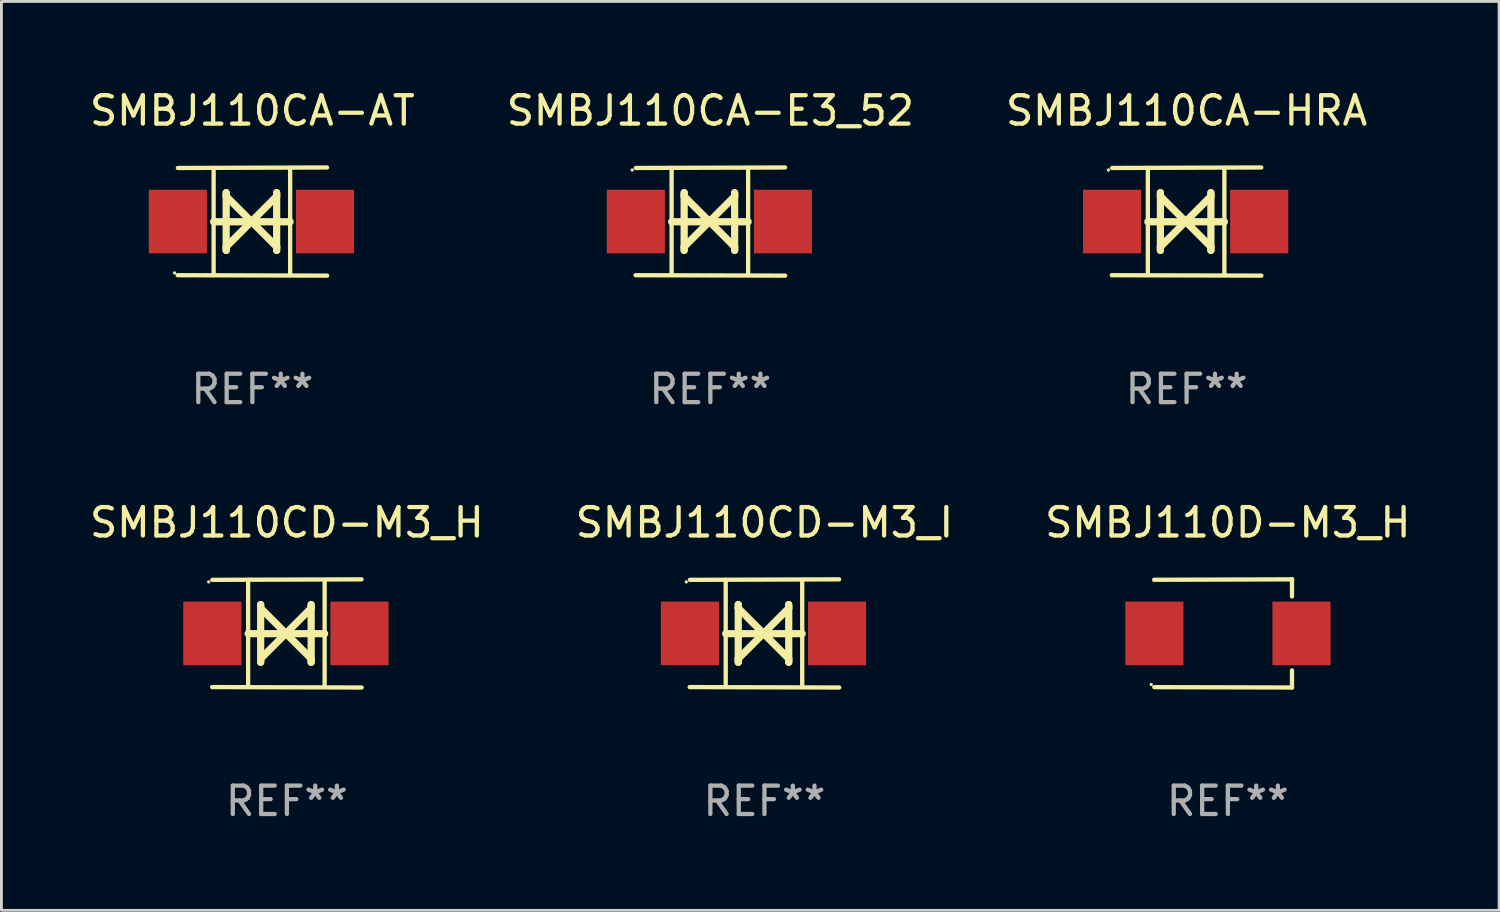
<source format=kicad_pcb>
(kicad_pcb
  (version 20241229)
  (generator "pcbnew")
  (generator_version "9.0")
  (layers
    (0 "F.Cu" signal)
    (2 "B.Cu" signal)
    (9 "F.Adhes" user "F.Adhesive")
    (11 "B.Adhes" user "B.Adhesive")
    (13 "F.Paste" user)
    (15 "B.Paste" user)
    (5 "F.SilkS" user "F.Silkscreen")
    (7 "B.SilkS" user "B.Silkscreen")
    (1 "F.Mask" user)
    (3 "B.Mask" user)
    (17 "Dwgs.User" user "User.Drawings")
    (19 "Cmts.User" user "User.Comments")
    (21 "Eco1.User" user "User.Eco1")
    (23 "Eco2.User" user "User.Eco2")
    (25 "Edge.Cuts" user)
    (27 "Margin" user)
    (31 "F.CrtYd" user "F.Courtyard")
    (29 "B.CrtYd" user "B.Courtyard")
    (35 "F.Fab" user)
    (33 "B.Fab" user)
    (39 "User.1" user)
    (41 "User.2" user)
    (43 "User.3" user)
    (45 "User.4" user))
  (footprint "SMBJ110CD-M3_I"
    (layer "F.Cu")
    (at 23.875 19.26)
    (property "Reference" "SMBJ110CD-M3_I" (at 0 -3.905 0) (layer "F.SilkS") (effects (font (size 1 1) (thickness 0.15))))
    (attr through_hole)
    (fp_line (start -1.365 1.886) (end -1.365 -1.886) (stroke (width 0.152) (type solid)) (layer "F.SilkS"))
    (fp_line (start -1.365 0.008) (end 1.33 0.008) (stroke (width 0.254) (type solid)) (layer "F.SilkS"))
    (fp_line (start -0.923 -1.016) (end -0.923 1.016) (stroke (width 0.254) (type solid)) (layer "F.SilkS"))
    (fp_line (start -0.923 -0.889) (end -0.923 -1.016) (stroke (width 0.254) (type solid)) (layer "F.SilkS"))
    (fp_line (start -0.923 0.889) (end -0.034 0) (stroke (width 0.254) (type solid)) (layer "F.SilkS"))
    (fp_line (start -0.923 1.016) (end -0.923 0.889) (stroke (width 0.254) (type solid)) (layer "F.SilkS"))
    (fp_line (start -0.034 0) (end -0.923 -0.889) (stroke (width 0.254) (type solid)) (layer "F.SilkS"))
    (fp_line (start -0.034 0) (end 0.855 0.889) (stroke (width 0.254) (type solid)) (layer "F.SilkS"))
    (fp_line (start 0.855 -1.016) (end 0.855 -0.889) (stroke (width 0.254) (type solid)) (layer "F.SilkS"))
    (fp_line (start 0.855 -0.889) (end -0.034 0) (stroke (width 0.254) (type solid)) (layer "F.SilkS"))
    (fp_line (start 0.855 0.889) (end 0.855 1.016) (stroke (width 0.254) (type solid)) (layer "F.SilkS"))
    (fp_line (start 0.855 1.016) (end 0.855 -1.016) (stroke (width 0.254) (type solid)) (layer "F.SilkS"))
    (fp_line (start 1.33 1.886) (end 1.33 -1.886) (stroke (width 0.152) (type solid)) (layer "F.SilkS"))
    (fp_line (start 2.629 -1.905) (end -2.625 -1.887) (stroke (width 0.152) (type solid)) (layer "F.SilkS"))
    (fp_line (start 2.633 1.905) (end -2.633 1.89) (stroke (width 0.152) (type solid)) (layer "F.SilkS"))
    (fp_circle (center -2.753 -1.816) (end -2.723 -1.816) (stroke (width 0.06) (type solid)) (fill no) (layer "F.SilkS"))
    (fp_text user "REF**" (at 0 5.905 0) (layer "F.Fab") (effects (font (size 1 1) (thickness 0.15))))
    (pad "1" smd rect (at -2.625 0) (size 2.047 2.241) (layers "F.Cu" "F.Mask" "F.Paste"))
    (pad "2" smd rect (at 2.557 0) (size 2.047 2.241) (layers "F.Cu" "F.Mask" "F.Paste")))
  (footprint "SMBJ110CA-AT"
    (layer "F.Cu")
    (at 5.839 4.753)
    (property "Reference" "SMBJ110CA-AT" (at 0 -3.905 0) (layer "F.SilkS") (effects (font (size 1 1) (thickness 0.15))))
    (attr through_hole)
    (fp_line (start -1.365 1.886) (end -1.365 -1.886) (stroke (width 0.152) (type solid)) (layer "F.SilkS"))
    (fp_line (start -1.365 0.008) (end 1.33 0.008) (stroke (width 0.254) (type solid)) (layer "F.SilkS"))
    (fp_line (start -0.923 -1.016) (end -0.923 1.016) (stroke (width 0.254) (type solid)) (layer "F.SilkS"))
    (fp_line (start -0.923 -0.889) (end -0.923 -1.016) (stroke (width 0.254) (type solid)) (layer "F.SilkS"))
    (fp_line (start -0.923 0.889) (end -0.034 0) (stroke (width 0.254) (type solid)) (layer "F.SilkS"))
    (fp_line (start -0.923 1.016) (end -0.923 0.889) (stroke (width 0.254) (type solid)) (layer "F.SilkS"))
    (fp_line (start -0.034 0) (end -0.923 -0.889) (stroke (width 0.254) (type solid)) (layer "F.SilkS"))
    (fp_line (start -0.034 0) (end 0.855 0.889) (stroke (width 0.254) (type solid)) (layer "F.SilkS"))
    (fp_line (start 0.855 -1.016) (end 0.855 -0.889) (stroke (width 0.254) (type solid)) (layer "F.SilkS"))
    (fp_line (start 0.855 -0.889) (end -0.034 0) (stroke (width 0.254) (type solid)) (layer "F.SilkS"))
    (fp_line (start 0.855 0.889) (end 0.855 1.016) (stroke (width 0.254) (type solid)) (layer "F.SilkS"))
    (fp_line (start 0.855 1.016) (end 0.855 -1.016) (stroke (width 0.254) (type solid)) (layer "F.SilkS"))
    (fp_line (start 1.33 1.886) (end 1.33 -1.886) (stroke (width 0.152) (type solid)) (layer "F.SilkS"))
    (fp_line (start 2.629 -1.905) (end -2.625 -1.887) (stroke (width 0.152) (type solid)) (layer "F.SilkS"))
    (fp_line (start 2.633 1.905) (end -2.633 1.89) (stroke (width 0.152) (type solid)) (layer "F.SilkS"))
    (fp_circle (center -2.741 1.81) (end -2.711 1.81) (stroke (width 0.06) (type solid)) (fill no) (layer "F.SilkS"))
    (fp_text user "REF**" (at 0 5.905 0) (layer "F.Fab") (effects (font (size 1 1) (thickness 0.15))))
    (pad "1" smd rect (at -2.625 0) (size 2.047 2.241) (layers "F.Cu" "F.Mask" "F.Paste"))
    (pad "2" smd rect (at 2.557 0) (size 2.047 2.241) (layers "F.Cu" "F.Mask" "F.Paste")))
  (footprint "SMBJ110CA-E3_52"
    (layer "F.Cu")
    (at 21.97 4.753)
    (property "Reference" "SMBJ110CA-E3_52" (at 0 -3.905 0) (layer "F.SilkS") (effects (font (size 1 1) (thickness 0.15))))
    (attr through_hole)
    (fp_line (start -1.365 1.886) (end -1.365 -1.886) (stroke (width 0.152) (type solid)) (layer "F.SilkS"))
    (fp_line (start -1.365 0.008) (end 1.33 0.008) (stroke (width 0.254) (type solid)) (layer "F.SilkS"))
    (fp_line (start -0.923 -1.016) (end -0.923 1.016) (stroke (width 0.254) (type solid)) (layer "F.SilkS"))
    (fp_line (start -0.923 -0.889) (end -0.923 -1.016) (stroke (width 0.254) (type solid)) (layer "F.SilkS"))
    (fp_line (start -0.923 0.889) (end -0.034 0) (stroke (width 0.254) (type solid)) (layer "F.SilkS"))
    (fp_line (start -0.923 1.016) (end -0.923 0.889) (stroke (width 0.254) (type solid)) (layer "F.SilkS"))
    (fp_line (start -0.034 0) (end -0.923 -0.889) (stroke (width 0.254) (type solid)) (layer "F.SilkS"))
    (fp_line (start -0.034 0) (end 0.855 0.889) (stroke (width 0.254) (type solid)) (layer "F.SilkS"))
    (fp_line (start 0.855 -1.016) (end 0.855 -0.889) (stroke (width 0.254) (type solid)) (layer "F.SilkS"))
    (fp_line (start 0.855 -0.889) (end -0.034 0) (stroke (width 0.254) (type solid)) (layer "F.SilkS"))
    (fp_line (start 0.855 0.889) (end 0.855 1.016) (stroke (width 0.254) (type solid)) (layer "F.SilkS"))
    (fp_line (start 0.855 1.016) (end 0.855 -1.016) (stroke (width 0.254) (type solid)) (layer "F.SilkS"))
    (fp_line (start 1.33 1.886) (end 1.33 -1.886) (stroke (width 0.152) (type solid)) (layer "F.SilkS"))
    (fp_line (start 2.629 -1.905) (end -2.625 -1.887) (stroke (width 0.152) (type solid)) (layer "F.SilkS"))
    (fp_line (start 2.633 1.905) (end -2.633 1.89) (stroke (width 0.152) (type solid)) (layer "F.SilkS"))
    (fp_circle (center -2.753 -1.816) (end -2.723 -1.816) (stroke (width 0.06) (type solid)) (fill no) (layer "F.SilkS"))
    (fp_text user "REF**" (at 0 5.905 0) (layer "F.Fab") (effects (font (size 1 1) (thickness 0.15))))
    (pad "1" smd rect (at -2.625 0) (size 2.047 2.241) (layers "F.Cu" "F.Mask" "F.Paste"))
    (pad "2" smd rect (at 2.557 0) (size 2.047 2.241) (layers "F.Cu" "F.Mask" "F.Paste")))
  (footprint "SMBJ110CA-HRA"
    (layer "F.Cu")
    (at 38.744 4.753)
    (property "Reference" "SMBJ110CA-HRA" (at 0 -3.905 0) (layer "F.SilkS") (effects (font (size 1 1) (thickness 0.15))))
    (attr through_hole)
    (fp_line (start -1.365 1.886) (end -1.365 -1.886) (stroke (width 0.152) (type solid)) (layer "F.SilkS"))
    (fp_line (start -1.365 0.008) (end 1.33 0.008) (stroke (width 0.254) (type solid)) (layer "F.SilkS"))
    (fp_line (start -0.923 -1.016) (end -0.923 1.016) (stroke (width 0.254) (type solid)) (layer "F.SilkS"))
    (fp_line (start -0.923 -0.889) (end -0.923 -1.016) (stroke (width 0.254) (type solid)) (layer "F.SilkS"))
    (fp_line (start -0.923 0.889) (end -0.034 0) (stroke (width 0.254) (type solid)) (layer "F.SilkS"))
    (fp_line (start -0.923 1.016) (end -0.923 0.889) (stroke (width 0.254) (type solid)) (layer "F.SilkS"))
    (fp_line (start -0.034 0) (end -0.923 -0.889) (stroke (width 0.254) (type solid)) (layer "F.SilkS"))
    (fp_line (start -0.034 0) (end 0.855 0.889) (stroke (width 0.254) (type solid)) (layer "F.SilkS"))
    (fp_line (start 0.855 -1.016) (end 0.855 -0.889) (stroke (width 0.254) (type solid)) (layer "F.SilkS"))
    (fp_line (start 0.855 -0.889) (end -0.034 0) (stroke (width 0.254) (type solid)) (layer "F.SilkS"))
    (fp_line (start 0.855 0.889) (end 0.855 1.016) (stroke (width 0.254) (type solid)) (layer "F.SilkS"))
    (fp_line (start 0.855 1.016) (end 0.855 -1.016) (stroke (width 0.254) (type solid)) (layer "F.SilkS"))
    (fp_line (start 1.33 1.886) (end 1.33 -1.886) (stroke (width 0.152) (type solid)) (layer "F.SilkS"))
    (fp_line (start 2.629 -1.905) (end -2.625 -1.887) (stroke (width 0.152) (type solid)) (layer "F.SilkS"))
    (fp_line (start 2.633 1.905) (end -2.633 1.89) (stroke (width 0.152) (type solid)) (layer "F.SilkS"))
    (fp_circle (center -2.753 -1.816) (end -2.723 -1.816) (stroke (width 0.06) (type solid)) (fill no) (layer "F.SilkS"))
    (fp_text user "REF**" (at 0 5.905 0) (layer "F.Fab") (effects (font (size 1 1) (thickness 0.15))))
    (pad "1" smd rect (at -2.625 0) (size 2.047 2.241) (layers "F.Cu" "F.Mask" "F.Paste"))
    (pad "2" smd rect (at 2.557 0) (size 2.047 2.241) (layers "F.Cu" "F.Mask" "F.Paste")))
  (footprint "SMBJ110D-M3_H"
    (layer "F.Cu")
    (at 40.196 19.26)
    (property "Reference" "SMBJ110D-M3_H" (at 0 -3.905 0) (layer "F.SilkS") (effects (font (size 1 1) (thickness 0.15))))
    (attr through_hole)
    (fp_line (start 2.256 -1.905) (end -2.594 -1.889) (stroke (width 0.152) (type solid)) (layer "F.SilkS"))
    (fp_line (start 2.256 -1.905) (end 2.26 -1.905) (stroke (width 0.152) (type solid)) (layer "F.SilkS"))
    (fp_line (start 2.26 -1.905) (end 2.26 -1.301) (stroke (width 0.152) (type solid)) (layer "F.SilkS"))
    (fp_line (start 2.26 1.301) (end 2.26 1.905) (stroke (width 0.152) (type solid)) (layer "F.SilkS"))
    (fp_line (start 2.26 1.905) (end -2.59 1.892) (stroke (width 0.152) (type solid)) (layer "F.SilkS"))
    (fp_circle (center -2.697 1.8) (end -2.667 1.8) (stroke (width 0.06) (type solid)) (fill no) (layer "F.SilkS"))
    (fp_text user "REF**" (at 0 5.905 0) (layer "F.Fab") (effects (font (size 1 1) (thickness 0.15))))
    (pad "1" smd rect (at -2.588 0) (size 2.047 2.241) (layers "F.Cu" "F.Mask" "F.Paste"))
    (pad "2" smd rect (at 2.594 0) (size 2.047 2.241) (layers "F.Cu" "F.Mask" "F.Paste")))
  (footprint "SMBJ110CD-M3_H"
    (layer "F.Cu")
    (at 7.054 19.26)
    (property "Reference" "SMBJ110CD-M3_H" (at 0 -3.905 0) (layer "F.SilkS") (effects (font (size 1 1) (thickness 0.15))))
    (attr through_hole)
    (fp_line (start -1.365 1.886) (end -1.365 -1.886) (stroke (width 0.152) (type solid)) (layer "F.SilkS"))
    (fp_line (start -1.365 0.008) (end 1.33 0.008) (stroke (width 0.254) (type solid)) (layer "F.SilkS"))
    (fp_line (start -0.923 -1.016) (end -0.923 1.016) (stroke (width 0.254) (type solid)) (layer "F.SilkS"))
    (fp_line (start -0.923 -0.889) (end -0.923 -1.016) (stroke (width 0.254) (type solid)) (layer "F.SilkS"))
    (fp_line (start -0.923 0.889) (end -0.034 0) (stroke (width 0.254) (type solid)) (layer "F.SilkS"))
    (fp_line (start -0.923 1.016) (end -0.923 0.889) (stroke (width 0.254) (type solid)) (layer "F.SilkS"))
    (fp_line (start -0.034 0) (end -0.923 -0.889) (stroke (width 0.254) (type solid)) (layer "F.SilkS"))
    (fp_line (start -0.034 0) (end 0.855 0.889) (stroke (width 0.254) (type solid)) (layer "F.SilkS"))
    (fp_line (start 0.855 -1.016) (end 0.855 -0.889) (stroke (width 0.254) (type solid)) (layer "F.SilkS"))
    (fp_line (start 0.855 -0.889) (end -0.034 0) (stroke (width 0.254) (type solid)) (layer "F.SilkS"))
    (fp_line (start 0.855 0.889) (end 0.855 1.016) (stroke (width 0.254) (type solid)) (layer "F.SilkS"))
    (fp_line (start 0.855 1.016) (end 0.855 -1.016) (stroke (width 0.254) (type solid)) (layer "F.SilkS"))
    (fp_line (start 1.33 1.886) (end 1.33 -1.886) (stroke (width 0.152) (type solid)) (layer "F.SilkS"))
    (fp_line (start 2.629 -1.905) (end -2.625 -1.887) (stroke (width 0.152) (type solid)) (layer "F.SilkS"))
    (fp_line (start 2.633 1.905) (end -2.633 1.89) (stroke (width 0.152) (type solid)) (layer "F.SilkS"))
    (fp_circle (center -2.753 -1.816) (end -2.723 -1.816) (stroke (width 0.06) (type solid)) (fill no) (layer "F.SilkS"))
    (fp_text user "REF**" (at 0 5.905 0) (layer "F.Fab") (effects (font (size 1 1) (thickness 0.15))))
    (pad "1" smd rect (at -2.625 0) (size 2.047 2.241) (layers "F.Cu" "F.Mask" "F.Paste"))
    (pad "2" smd rect (at 2.557 0) (size 2.047 2.241) (layers "F.Cu" "F.Mask" "F.Paste")))
  (gr_rect
    (start -3 -3)
    (end 49.75 29.013)
    (stroke (width 0.1) (type default))
    (fill no)
    (layer "Edge.Cuts")))
</source>
